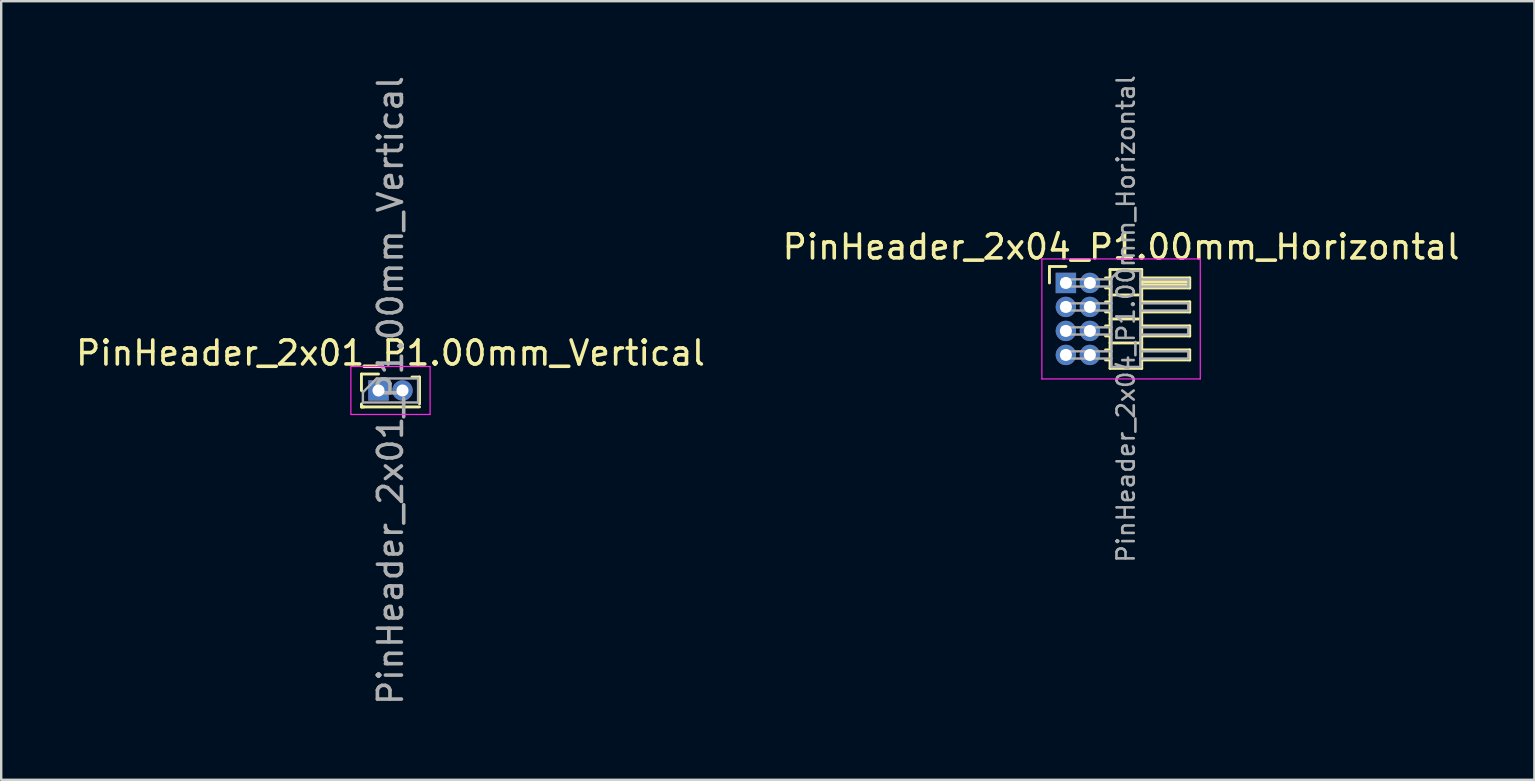
<source format=kicad_pcb>
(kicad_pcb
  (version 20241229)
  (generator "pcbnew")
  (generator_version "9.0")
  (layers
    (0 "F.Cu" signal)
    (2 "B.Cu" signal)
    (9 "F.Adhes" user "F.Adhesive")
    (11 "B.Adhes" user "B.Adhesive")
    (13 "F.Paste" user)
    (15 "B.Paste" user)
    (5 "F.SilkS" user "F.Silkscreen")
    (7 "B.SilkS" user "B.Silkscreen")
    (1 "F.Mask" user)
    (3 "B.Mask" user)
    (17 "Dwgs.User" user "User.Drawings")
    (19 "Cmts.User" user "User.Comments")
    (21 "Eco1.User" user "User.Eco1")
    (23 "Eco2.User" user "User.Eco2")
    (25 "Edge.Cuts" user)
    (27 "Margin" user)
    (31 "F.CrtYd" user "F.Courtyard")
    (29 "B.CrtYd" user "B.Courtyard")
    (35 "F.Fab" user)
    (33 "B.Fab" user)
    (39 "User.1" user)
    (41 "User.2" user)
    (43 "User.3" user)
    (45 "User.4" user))
  (footprint "PinHeader_2x01_P1.00mm_Vertical"
    (layer "F.Cu")
    (at 12.72 13.22)
    (property "Reference" "PinHeader_2x01_P1.00mm_Vertical" (at 0.5 -1.56 0) (layer "F.SilkS") (effects (font (size 1 1) (thickness 0.15))))
    (attr through_hole)
    (fp_line (start -0.71 -0.685) (end 0 -0.685) (stroke (width 0.12) (type solid)) (layer "F.SilkS"))
    (fp_line (start -0.71 0) (end -0.71 -0.685) (stroke (width 0.12) (type solid)) (layer "F.SilkS"))
    (fp_line (start -0.71 0.685) (end -0.71 0.56) (stroke (width 0.12) (type solid)) (layer "F.SilkS"))
    (fp_line (start -0.71 0.685) (end -0.608 0.685) (stroke (width 0.12) (type solid)) (layer "F.SilkS"))
    (fp_line (start -0.71 0.685) (end 1.71 0.685) (stroke (width 0.12) (type solid)) (layer "F.SilkS"))
    (fp_line (start 1.394 -0.56) (end 1.71 -0.56) (stroke (width 0.12) (type solid)) (layer "F.SilkS"))
    (fp_line (start 1.71 -0.56) (end 1.71 0.56) (stroke (width 0.12) (type solid)) (layer "F.SilkS"))
    (fp_line (start -1.15 -1) (end -1.15 1) (stroke (width 0.05) (type solid)) (layer "F.CrtYd"))
    (fp_line (start -1.15 1) (end 2.15 1) (stroke (width 0.05) (type solid)) (layer "F.CrtYd"))
    (fp_line (start 2.15 -1) (end -1.15 -1) (stroke (width 0.05) (type solid)) (layer "F.CrtYd"))
    (fp_line (start 2.15 1) (end 2.15 -1) (stroke (width 0.05) (type solid)) (layer "F.CrtYd"))
    (fp_line (start -0.65 0.075) (end -0.075 -0.5) (stroke (width 0.1) (type solid)) (layer "F.Fab"))
    (fp_line (start -0.65 0.5) (end -0.65 0.075) (stroke (width 0.1) (type solid)) (layer "F.Fab"))
    (fp_line (start -0.075 -0.5) (end 1.65 -0.5) (stroke (width 0.1) (type solid)) (layer "F.Fab"))
    (fp_line (start 1.65 -0.5) (end 1.65 0.5) (stroke (width 0.1) (type solid)) (layer "F.Fab"))
    (fp_line (start 1.65 0.5) (end -0.65 0.5) (stroke (width 0.1) (type solid)) (layer "F.Fab"))
    (fp_text user "${REFERENCE}" (at 0.5 0 90) (layer "F.Fab") (effects (font (size 1 1) (thickness 0.15))))
    (pad "1" thru_hole rect (at 0 0) (size 0.85 0.85) (drill 0.5) (layers "*.Cu" "*.Mask"))
    (pad "2" thru_hole oval (at 1 0) (size 0.85 0.85) (drill 0.5) (layers "*.Cu" "*.Mask")))
  (footprint "PinHeader_2x04_P1.00mm_Horizontal"
    (layer "F.Cu")
    (at 41.361 8.739)
    (property "Reference" "PinHeader_2x04_P1.00mm_Horizontal" (at 2.3 -1.5 0) (layer "F.SilkS") (effects (font (size 1 1) (thickness 0.15))))
    (attr through_hole)
    (fp_line (start -0.685 -0.685) (end 0 -0.685) (stroke (width 0.12) (type solid)) (layer "F.SilkS"))
    (fp_line (start -0.685 0) (end -0.685 -0.685) (stroke (width 0.12) (type solid)) (layer "F.SilkS"))
    (fp_line (start 1.652 -0.21) (end 1.84 -0.21) (stroke (width 0.12) (type solid)) (layer "F.SilkS"))
    (fp_line (start 1.652 0.21) (end 1.84 0.21) (stroke (width 0.12) (type solid)) (layer "F.SilkS"))
    (fp_line (start 1.652 0.79) (end 1.84 0.79) (stroke (width 0.12) (type solid)) (layer "F.SilkS"))
    (fp_line (start 1.652 1.21) (end 1.84 1.21) (stroke (width 0.12) (type solid)) (layer "F.SilkS"))
    (fp_line (start 1.652 1.79) (end 1.84 1.79) (stroke (width 0.12) (type solid)) (layer "F.SilkS"))
    (fp_line (start 1.652 2.21) (end 1.84 2.21) (stroke (width 0.12) (type solid)) (layer "F.SilkS"))
    (fp_line (start 1.652 2.79) (end 1.84 2.79) (stroke (width 0.12) (type solid)) (layer "F.SilkS"))
    (fp_line (start 1.652 3.21) (end 1.84 3.21) (stroke (width 0.12) (type solid)) (layer "F.SilkS"))
    (fp_line (start 1.84 -0.56) (end 1.84 3.56) (stroke (width 0.12) (type solid)) (layer "F.SilkS"))
    (fp_line (start 1.84 0.5) (end 3.16 0.5) (stroke (width 0.12) (type solid)) (layer "F.SilkS"))
    (fp_line (start 1.84 1.5) (end 3.16 1.5) (stroke (width 0.12) (type solid)) (layer "F.SilkS"))
    (fp_line (start 1.84 2.5) (end 3.16 2.5) (stroke (width 0.12) (type solid)) (layer "F.SilkS"))
    (fp_line (start 1.84 3.56) (end 3.16 3.56) (stroke (width 0.12) (type solid)) (layer "F.SilkS"))
    (fp_line (start 3.16 -0.56) (end 1.84 -0.56) (stroke (width 0.12) (type solid)) (layer "F.SilkS"))
    (fp_line (start 3.16 -0.21) (end 5.16 -0.21) (stroke (width 0.12) (type solid)) (layer "F.SilkS"))
    (fp_line (start 3.16 -0.15) (end 5.16 -0.15) (stroke (width 0.12) (type solid)) (layer "F.SilkS"))
    (fp_line (start 3.16 -0.03) (end 5.16 -0.03) (stroke (width 0.12) (type solid)) (layer "F.SilkS"))
    (fp_line (start 3.16 0.09) (end 5.16 0.09) (stroke (width 0.12) (type solid)) (layer "F.SilkS"))
    (fp_line (start 3.16 0.79) (end 5.16 0.79) (stroke (width 0.12) (type solid)) (layer "F.SilkS"))
    (fp_line (start 3.16 1.79) (end 5.16 1.79) (stroke (width 0.12) (type solid)) (layer "F.SilkS"))
    (fp_line (start 3.16 2.79) (end 5.16 2.79) (stroke (width 0.12) (type solid)) (layer "F.SilkS"))
    (fp_line (start 3.16 3.56) (end 3.16 -0.56) (stroke (width 0.12) (type solid)) (layer "F.SilkS"))
    (fp_line (start 5.16 -0.21) (end 5.16 0.21) (stroke (width 0.12) (type solid)) (layer "F.SilkS"))
    (fp_line (start 5.16 0.21) (end 3.16 0.21) (stroke (width 0.12) (type solid)) (layer "F.SilkS"))
    (fp_line (start 5.16 0.79) (end 5.16 1.21) (stroke (width 0.12) (type solid)) (layer "F.SilkS"))
    (fp_line (start 5.16 1.21) (end 3.16 1.21) (stroke (width 0.12) (type solid)) (layer "F.SilkS"))
    (fp_line (start 5.16 1.79) (end 5.16 2.21) (stroke (width 0.12) (type solid)) (layer "F.SilkS"))
    (fp_line (start 5.16 2.21) (end 3.16 2.21) (stroke (width 0.12) (type solid)) (layer "F.SilkS"))
    (fp_line (start 5.16 2.79) (end 5.16 3.21) (stroke (width 0.12) (type solid)) (layer "F.SilkS"))
    (fp_line (start 5.16 3.21) (end 3.16 3.21) (stroke (width 0.12) (type solid)) (layer "F.SilkS"))
    (fp_line (start -1 -1) (end -1 4) (stroke (width 0.05) (type solid)) (layer "F.CrtYd"))
    (fp_line (start -1 4) (end 5.6 4) (stroke (width 0.05) (type solid)) (layer "F.CrtYd"))
    (fp_line (start 5.6 -1) (end -1 -1) (stroke (width 0.05) (type solid)) (layer "F.CrtYd"))
    (fp_line (start 5.6 4) (end 5.6 -1) (stroke (width 0.05) (type solid)) (layer "F.CrtYd"))
    (fp_line (start -0.15 -0.15) (end -0.15 0.15) (stroke (width 0.1) (type solid)) (layer "F.Fab"))
    (fp_line (start -0.15 -0.15) (end 1.9 -0.15) (stroke (width 0.1) (type solid)) (layer "F.Fab"))
    (fp_line (start -0.15 0.15) (end 1.9 0.15) (stroke (width 0.1) (type solid)) (layer "F.Fab"))
    (fp_line (start -0.15 0.85) (end -0.15 1.15) (stroke (width 0.1) (type solid)) (layer "F.Fab"))
    (fp_line (start -0.15 0.85) (end 1.9 0.85) (stroke (width 0.1) (type solid)) (layer "F.Fab"))
    (fp_line (start -0.15 1.15) (end 1.9 1.15) (stroke (width 0.1) (type solid)) (layer "F.Fab"))
    (fp_line (start -0.15 1.85) (end -0.15 2.15) (stroke (width 0.1) (type solid)) (layer "F.Fab"))
    (fp_line (start -0.15 1.85) (end 1.9 1.85) (stroke (width 0.1) (type solid)) (layer "F.Fab"))
    (fp_line (start -0.15 2.15) (end 1.9 2.15) (stroke (width 0.1) (type solid)) (layer "F.Fab"))
    (fp_line (start -0.15 2.85) (end -0.15 3.15) (stroke (width 0.1) (type solid)) (layer "F.Fab"))
    (fp_line (start -0.15 2.85) (end 1.9 2.85) (stroke (width 0.1) (type solid)) (layer "F.Fab"))
    (fp_line (start -0.15 3.15) (end 1.9 3.15) (stroke (width 0.1) (type solid)) (layer "F.Fab"))
    (fp_line (start 1.9 -0.2) (end 2.2 -0.5) (stroke (width 0.1) (type solid)) (layer "F.Fab"))
    (fp_line (start 1.9 3.5) (end 1.9 -0.2) (stroke (width 0.1) (type solid)) (layer "F.Fab"))
    (fp_line (start 2.2 -0.5) (end 3.1 -0.5) (stroke (width 0.1) (type solid)) (layer "F.Fab"))
    (fp_line (start 3.1 -0.5) (end 3.1 3.5) (stroke (width 0.1) (type solid)) (layer "F.Fab"))
    (fp_line (start 3.1 -0.15) (end 5.1 -0.15) (stroke (width 0.1) (type solid)) (layer "F.Fab"))
    (fp_line (start 3.1 0.15) (end 5.1 0.15) (stroke (width 0.1) (type solid)) (layer "F.Fab"))
    (fp_line (start 3.1 0.85) (end 5.1 0.85) (stroke (width 0.1) (type solid)) (layer "F.Fab"))
    (fp_line (start 3.1 1.15) (end 5.1 1.15) (stroke (width 0.1) (type solid)) (layer "F.Fab"))
    (fp_line (start 3.1 1.85) (end 5.1 1.85) (stroke (width 0.1) (type solid)) (layer "F.Fab"))
    (fp_line (start 3.1 2.15) (end 5.1 2.15) (stroke (width 0.1) (type solid)) (layer "F.Fab"))
    (fp_line (start 3.1 2.85) (end 5.1 2.85) (stroke (width 0.1) (type solid)) (layer "F.Fab"))
    (fp_line (start 3.1 3.15) (end 5.1 3.15) (stroke (width 0.1) (type solid)) (layer "F.Fab"))
    (fp_line (start 3.1 3.5) (end 1.9 3.5) (stroke (width 0.1) (type solid)) (layer "F.Fab"))
    (fp_line (start 5.1 -0.15) (end 5.1 0.15) (stroke (width 0.1) (type solid)) (layer "F.Fab"))
    (fp_line (start 5.1 0.85) (end 5.1 1.15) (stroke (width 0.1) (type solid)) (layer "F.Fab"))
    (fp_line (start 5.1 1.85) (end 5.1 2.15) (stroke (width 0.1) (type solid)) (layer "F.Fab"))
    (fp_line (start 5.1 2.85) (end 5.1 3.15) (stroke (width 0.1) (type solid)) (layer "F.Fab"))
    (fp_text user "${REFERENCE}" (at 2.5 1.5 90) (layer "F.Fab") (effects (font (size 0.72 0.72) (thickness 0.108))))
    (pad "1" thru_hole rect (at 0 0) (size 0.85 0.85) (drill 0.5) (layers "*.Cu" "*.Mask"))
    (pad "2" thru_hole oval (at 1 0) (size 0.85 0.85) (drill 0.5) (layers "*.Cu" "*.Mask"))
    (pad "3" thru_hole oval (at 0 1) (size 0.85 0.85) (drill 0.5) (layers "*.Cu" "*.Mask"))
    (pad "4" thru_hole oval (at 1 1) (size 0.85 0.85) (drill 0.5) (layers "*.Cu" "*.Mask"))
    (pad "5" thru_hole oval (at 0 2) (size 0.85 0.85) (drill 0.5) (layers "*.Cu" "*.Mask"))
    (pad "6" thru_hole oval (at 1 2) (size 0.85 0.85) (drill 0.5) (layers "*.Cu" "*.Mask"))
    (pad "7" thru_hole oval (at 0 3) (size 0.85 0.85) (drill 0.5) (layers "*.Cu" "*.Mask"))
    (pad "8" thru_hole oval (at 1 3) (size 0.85 0.85) (drill 0.5) (layers "*.Cu" "*.Mask")))
  (gr_rect
    (start -3 -3)
    (end 60.881 29.44)
    (stroke (width 0.1) (type default))
    (fill no)
    (layer "Edge.Cuts")))
</source>
